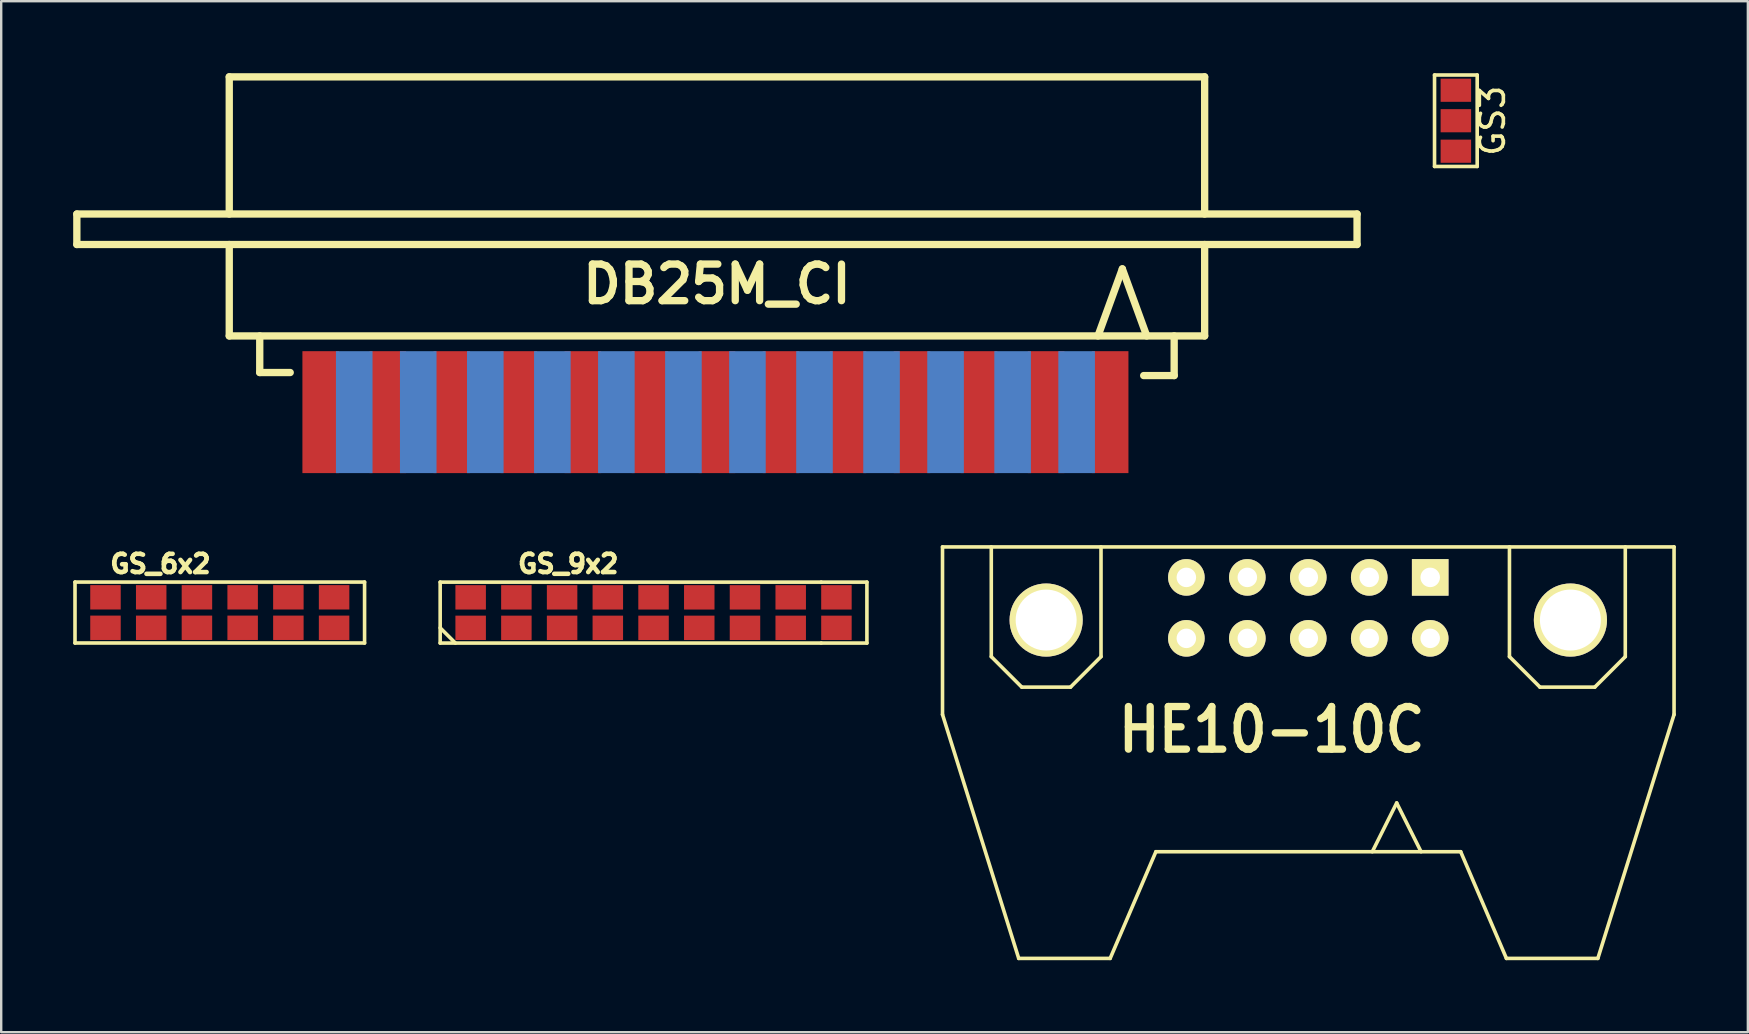
<source format=kicad_pcb>
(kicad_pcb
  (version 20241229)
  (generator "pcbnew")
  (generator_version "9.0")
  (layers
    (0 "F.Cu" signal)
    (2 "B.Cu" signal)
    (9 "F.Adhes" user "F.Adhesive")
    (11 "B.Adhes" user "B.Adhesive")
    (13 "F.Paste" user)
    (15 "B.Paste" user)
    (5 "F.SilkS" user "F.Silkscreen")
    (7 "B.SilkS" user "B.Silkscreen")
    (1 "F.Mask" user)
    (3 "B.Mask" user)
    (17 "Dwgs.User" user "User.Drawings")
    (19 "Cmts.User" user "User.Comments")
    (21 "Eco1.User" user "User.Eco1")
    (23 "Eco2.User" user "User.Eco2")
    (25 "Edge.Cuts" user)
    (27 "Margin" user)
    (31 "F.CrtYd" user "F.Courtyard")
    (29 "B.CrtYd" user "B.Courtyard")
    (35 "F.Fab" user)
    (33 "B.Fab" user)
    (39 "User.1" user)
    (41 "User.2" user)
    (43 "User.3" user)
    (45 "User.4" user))
  (footprint "HE10-10C"
    (layer "F.Cu")
    (at 51.46 22.277)
    (property "Reference" "HE10-10C" (at -1.524 5.08 180) (layer "F.SilkS") (effects (font (size 1.775 1.587) (thickness 0.305))))
    (attr through_hole)
    (fp_line (start -15.24 -2.54) (end -15.24 4.445) (stroke (width 0.15) (type solid)) (layer "F.SilkS"))
    (fp_line (start -15.24 4.445) (end -12.065 14.605) (stroke (width 0.15) (type solid)) (layer "F.SilkS"))
    (fp_line (start -13.208 2.032) (end -13.208 -2.54) (stroke (width 0.15) (type solid)) (layer "F.SilkS"))
    (fp_line (start -12.065 14.605) (end -8.255 14.605) (stroke (width 0.15) (type solid)) (layer "F.SilkS"))
    (fp_line (start -11.938 3.302) (end -13.208 2.032) (stroke (width 0.15) (type solid)) (layer "F.SilkS"))
    (fp_line (start -9.906 3.302) (end -11.938 3.302) (stroke (width 0.15) (type solid)) (layer "F.SilkS"))
    (fp_line (start -8.636 -2.54) (end -8.636 2.032) (stroke (width 0.15) (type solid)) (layer "F.SilkS"))
    (fp_line (start -8.636 2.032) (end -9.906 3.302) (stroke (width 0.15) (type solid)) (layer "F.SilkS"))
    (fp_line (start -8.255 14.605) (end -6.35 10.16) (stroke (width 0.15) (type solid)) (layer "F.SilkS"))
    (fp_line (start -6.35 10.16) (end 6.35 10.16) (stroke (width 0.15) (type solid)) (layer "F.SilkS"))
    (fp_line (start 3.683 8.128) (end 2.667 10.16) (stroke (width 0.15) (type solid)) (layer "F.SilkS"))
    (fp_line (start 4.699 10.16) (end 3.683 8.128) (stroke (width 0.15) (type solid)) (layer "F.SilkS"))
    (fp_line (start 8.255 14.605) (end 6.35 10.16) (stroke (width 0.15) (type solid)) (layer "F.SilkS"))
    (fp_line (start 8.382 2.032) (end 8.382 -2.54) (stroke (width 0.15) (type solid)) (layer "F.SilkS"))
    (fp_line (start 9.652 3.302) (end 8.382 2.032) (stroke (width 0.15) (type solid)) (layer "F.SilkS"))
    (fp_line (start 11.938 3.302) (end 9.652 3.302) (stroke (width 0.15) (type solid)) (layer "F.SilkS"))
    (fp_line (start 12.065 14.605) (end 8.255 14.605) (stroke (width 0.15) (type solid)) (layer "F.SilkS"))
    (fp_line (start 13.208 -2.54) (end 13.208 2.032) (stroke (width 0.15) (type solid)) (layer "F.SilkS"))
    (fp_line (start 13.208 2.032) (end 11.938 3.302) (stroke (width 0.15) (type solid)) (layer "F.SilkS"))
    (fp_line (start 15.24 -2.54) (end -15.24 -2.54) (stroke (width 0.15) (type solid)) (layer "F.SilkS"))
    (fp_line (start 15.24 -2.54) (end 15.24 4.445) (stroke (width 0.15) (type solid)) (layer "F.SilkS"))
    (fp_line (start 15.24 4.445) (end 12.065 14.605) (stroke (width 0.15) (type solid)) (layer "F.SilkS"))
    (pad "0" thru_hole circle (at -10.922 0.508) (size 3.048 3.048) (drill 2.54) (layers "*.Cu" "*.Mask" "F.SilkS"))
    (pad "0" thru_hole circle (at 10.922 0.508) (size 3.048 3.048) (drill 2.54) (layers "*.Cu" "*.Mask" "F.SilkS"))
    (pad "1" thru_hole rect (at 5.08 -1.27) (size 1.524 1.524) (drill 0.813) (layers "*.Cu" "*.Mask" "F.SilkS"))
    (pad "2" thru_hole circle (at 5.08 1.27) (size 1.524 1.524) (drill 0.813) (layers "*.Cu" "*.Mask" "F.SilkS"))
    (pad "3" thru_hole circle (at 2.54 -1.27) (size 1.524 1.524) (drill 0.813) (layers "*.Cu" "*.Mask" "F.SilkS"))
    (pad "4" thru_hole circle (at 2.54 1.27) (size 1.524 1.524) (drill 0.813) (layers "*.Cu" "*.Mask" "F.SilkS"))
    (pad "5" thru_hole circle (at 0 -1.27) (size 1.524 1.524) (drill 0.813) (layers "*.Cu" "*.Mask" "F.SilkS"))
    (pad "6" thru_hole circle (at 0 1.27) (size 1.524 1.524) (drill 0.813) (layers "*.Cu" "*.Mask" "F.SilkS"))
    (pad "7" thru_hole circle (at -2.54 -1.27) (size 1.524 1.524) (drill 0.813) (layers "*.Cu" "*.Mask" "F.SilkS"))
    (pad "8" thru_hole circle (at -2.54 1.27) (size 1.524 1.524) (drill 0.813) (layers "*.Cu" "*.Mask" "F.SilkS"))
    (pad "9" thru_hole circle (at -5.08 -1.27) (size 1.524 1.524) (drill 0.813) (layers "*.Cu" "*.Mask" "F.SilkS"))
    (pad "10" thru_hole circle (at -5.08 1.27) (size 1.524 1.524) (drill 0.813) (layers "*.Cu" "*.Mask" "F.SilkS")))
  (footprint "GS_6x2"
    (layer "F.Cu")
    (at 5.79 22.472)
    (property "Reference" "GS_6x2" (at -2.156 -2.029 0) (layer "F.SilkS") (effects (font (size 0.762 0.762) (thickness 0.203))))
    (attr through_hole)
    (fp_line (start -5.715 -1.27) (end 6.35 -1.27) (stroke (width 0.15) (type solid)) (layer "F.SilkS"))
    (fp_line (start -5.715 1.27) (end -5.715 -1.27) (stroke (width 0.15) (type solid)) (layer "F.SilkS"))
    (fp_line (start 6.35 -1.27) (end 6.35 1.27) (stroke (width 0.15) (type solid)) (layer "F.SilkS"))
    (fp_line (start 6.35 1.27) (end -5.715 1.27) (stroke (width 0.15) (type solid)) (layer "F.SilkS"))
    (pad "1" smd rect (at -4.445 0.635) (size 1.27 1.016) (layers "F.Cu" "F.Mask" "F.Paste"))
    (pad "2" smd rect (at -4.445 -0.635) (size 1.27 1.016) (layers "F.Cu" "F.Mask" "F.Paste"))
    (pad "3" smd rect (at -2.54 0.635) (size 1.27 1.016) (layers "F.Cu" "F.Mask" "F.Paste"))
    (pad "4" smd rect (at -2.54 -0.635) (size 1.27 1.016) (layers "F.Cu" "F.Mask" "F.Paste"))
    (pad "5" smd rect (at -0.635 0.635) (size 1.27 1.016) (layers "F.Cu" "F.Mask" "F.Paste"))
    (pad "6" smd rect (at -0.635 -0.635) (size 1.27 1.016) (layers "F.Cu" "F.Mask" "F.Paste"))
    (pad "7" smd rect (at 1.27 0.635) (size 1.27 1.016) (layers "F.Cu" "F.Mask" "F.Paste"))
    (pad "8" smd rect (at 1.27 -0.635) (size 1.27 1.016) (layers "F.Cu" "F.Mask" "F.Paste"))
    (pad "9" smd rect (at 3.175 0.635) (size 1.27 1.016) (layers "F.Cu" "F.Mask" "F.Paste"))
    (pad "10" smd rect (at 3.175 -0.635) (size 1.27 1.016) (layers "F.Cu" "F.Mask" "F.Paste"))
    (pad "11" smd rect (at 5.08 0.635) (size 1.27 1.016) (layers "F.Cu" "F.Mask" "F.Paste"))
    (pad "12" smd rect (at 5.08 -0.635) (size 1.27 1.016) (layers "F.Cu" "F.Mask" "F.Paste")))
  (footprint "GS3"
    (layer "F.Cu")
    (at 57.609 1.98)
    (property "Reference" "GS3" (at 1.524 0 90) (layer "F.SilkS") (effects (font (size 1 1) (thickness 0.15))))
    (attr exclude_from_pos_files exclude_from_bom)
    (fp_line (start -0.889 -1.905) (end -0.889 1.905) (stroke (width 0.15) (type solid)) (layer "F.SilkS"))
    (fp_line (start -0.889 -1.905) (end 0.889 -1.905) (stroke (width 0.15) (type solid)) (layer "F.SilkS"))
    (fp_line (start -0.889 1.905) (end 0.889 1.905) (stroke (width 0.15) (type solid)) (layer "F.SilkS"))
    (fp_line (start 0.889 1.905) (end 0.889 -1.905) (stroke (width 0.15) (type solid)) (layer "F.SilkS"))
    (pad "1" smd rect (at 0 -1.27) (size 1.27 0.965) (layers "F.Cu" "F.Mask" "F.Paste"))
    (pad "2" smd rect (at 0 0) (size 1.27 0.965) (layers "F.Cu" "F.Mask" "F.Paste"))
    (pad "3" smd rect (at 0 1.27) (size 1.27 0.965) (layers "F.Cu" "F.Mask" "F.Paste")))
  (footprint "DB25M_CI"
    (layer "F.Cu")
    (at 26.822 11.455)
    (property "Reference" "DB25M_CI" (at 0 -2.667 180) (layer "F.SilkS") (effects (font (size 1.524 1.524) (thickness 0.305))))
    (attr through_hole)
    (fp_line (start -26.67 -5.588) (end -26.67 -4.318) (stroke (width 0.305) (type solid)) (layer "F.SilkS"))
    (fp_line (start -26.67 -4.318) (end 26.67 -4.318) (stroke (width 0.305) (type solid)) (layer "F.SilkS"))
    (fp_line (start -20.32 -11.303) (end 20.32 -11.303) (stroke (width 0.305) (type solid)) (layer "F.SilkS"))
    (fp_line (start -20.32 -5.588) (end -20.32 -11.303) (stroke (width 0.305) (type solid)) (layer "F.SilkS"))
    (fp_line (start -20.32 -0.508) (end -20.32 -4.318) (stroke (width 0.305) (type solid)) (layer "F.SilkS"))
    (fp_line (start -19.05 -0.508) (end -19.05 1.016) (stroke (width 0.305) (type solid)) (layer "F.SilkS"))
    (fp_line (start -19.05 1.016) (end -17.78 1.016) (stroke (width 0.305) (type solid)) (layer "F.SilkS"))
    (fp_line (start 15.875 -0.508) (end 16.891 -3.302) (stroke (width 0.305) (type solid)) (layer "F.SilkS"))
    (fp_line (start 16.891 -3.302) (end 17.907 -0.508) (stroke (width 0.305) (type solid)) (layer "F.SilkS"))
    (fp_line (start 19.05 -0.508) (end 19.05 1.143) (stroke (width 0.305) (type solid)) (layer "F.SilkS"))
    (fp_line (start 19.05 1.143) (end 17.78 1.143) (stroke (width 0.305) (type solid)) (layer "F.SilkS"))
    (fp_line (start 20.32 -11.303) (end 20.32 -5.588) (stroke (width 0.305) (type solid)) (layer "F.SilkS"))
    (fp_line (start 20.32 -4.318) (end 20.32 -0.508) (stroke (width 0.305) (type solid)) (layer "F.SilkS"))
    (fp_line (start 20.32 -0.508) (end -20.32 -0.508) (stroke (width 0.305) (type solid)) (layer "F.SilkS"))
    (fp_line (start 26.67 -5.588) (end -26.67 -5.588) (stroke (width 0.305) (type solid)) (layer "F.SilkS"))
    (fp_line (start 26.67 -5.588) (end 26.67 -4.318) (stroke (width 0.305) (type solid)) (layer "F.SilkS"))
    (pad "1" connect rect (at 16.383 2.667 90) (size 5.08 1.524) (layers "F.Cu" "F.Mask"))
    (pad "2" connect rect (at 13.716 2.667 90) (size 5.08 1.524) (layers "F.Cu" "F.Mask"))
    (pad "3" connect rect (at 10.922 2.667 90) (size 5.08 1.524) (layers "F.Cu" "F.Mask"))
    (pad "4" connect rect (at 8.128 2.667 90) (size 5.08 1.524) (layers "F.Cu" "F.Mask"))
    (pad "5" connect rect (at 5.461 2.667 90) (size 5.08 1.524) (layers "F.Cu" "F.Mask"))
    (pad "6" connect rect (at 2.667 2.667 90) (size 5.08 1.524) (layers "F.Cu" "F.Mask"))
    (pad "7" connect rect (at 0 2.667 90) (size 5.08 1.524) (layers "F.Cu" "F.Mask"))
    (pad "8" connect rect (at -2.794 2.667 90) (size 5.08 1.524) (layers "F.Cu" "F.Mask"))
    (pad "9" connect rect (at -5.588 2.667 90) (size 5.08 1.524) (layers "F.Cu" "F.Mask"))
    (pad "10" connect rect (at -8.255 2.667 90) (size 5.08 1.524) (layers "F.Cu" "F.Mask"))
    (pad "11" connect rect (at -11.049 2.667 90) (size 5.08 1.524) (layers "F.Cu" "F.Mask"))
    (pad "12" connect rect (at -13.716 2.667 90) (size 5.08 1.524) (layers "F.Cu" "F.Mask"))
    (pad "13" connect rect (at -16.51 2.667 90) (size 5.08 1.524) (layers "F.Cu" "F.Mask"))
    (pad "14" connect rect (at 14.986 2.667 90) (size 5.08 1.524) (layers "B.Cu" "B.Mask"))
    (pad "15" connect rect (at 12.319 2.667 90) (size 5.08 1.524) (layers "B.Cu" "B.Mask"))
    (pad "16" connect rect (at 9.525 2.667 90) (size 5.08 1.524) (layers "B.Cu" "B.Mask"))
    (pad "17" connect rect (at 6.858 2.667 90) (size 5.08 1.524) (layers "B.Cu" "B.Mask"))
    (pad "18" connect rect (at 4.064 2.667 90) (size 5.08 1.524) (layers "B.Cu" "B.Mask"))
    (pad "19" connect rect (at 1.27 2.667 90) (size 5.08 1.524) (layers "B.Cu" "B.Mask"))
    (pad "20" connect rect (at -1.397 2.667 90) (size 5.08 1.524) (layers "B.Cu" "B.Mask"))
    (pad "21" connect rect (at -4.191 2.667 90) (size 5.08 1.524) (layers "B.Cu" "B.Mask"))
    (pad "22" connect rect (at -6.858 2.667 90) (size 5.08 1.524) (layers "B.Cu" "B.Mask"))
    (pad "23" connect rect (at -9.652 2.667 90) (size 5.08 1.524) (layers "B.Cu" "B.Mask"))
    (pad "24" connect rect (at -12.446 2.667 90) (size 5.08 1.524) (layers "B.Cu" "B.Mask"))
    (pad "25" connect rect (at -15.113 2.667 90) (size 5.08 1.524) (layers "B.Cu" "B.Mask")))
  (footprint "GS_9x2"
    (layer "F.Cu")
    (at 24.18 22.474)
    (property "Reference" "GS_9x2" (at -3.556 -2.032 0) (layer "F.SilkS") (effects (font (size 0.762 0.762) (thickness 0.203))))
    (attr through_hole)
    (fp_line (start -8.89 -1.27) (end 6.985 -1.27) (stroke (width 0.15) (type solid)) (layer "F.SilkS"))
    (fp_line (start -8.89 0.635) (end -8.255 1.27) (stroke (width 0.15) (type solid)) (layer "F.SilkS"))
    (fp_line (start -8.89 1.27) (end -8.89 -1.27) (stroke (width 0.15) (type solid)) (layer "F.SilkS"))
    (fp_line (start 6.985 -1.27) (end 8.89 -1.27) (stroke (width 0.15) (type solid)) (layer "F.SilkS"))
    (fp_line (start 6.985 1.27) (end -8.89 1.27) (stroke (width 0.15) (type solid)) (layer "F.SilkS"))
    (fp_line (start 8.89 -1.27) (end 8.89 1.27) (stroke (width 0.15) (type solid)) (layer "F.SilkS"))
    (fp_line (start 8.89 1.27) (end 6.985 1.27) (stroke (width 0.15) (type solid)) (layer "F.SilkS"))
    (pad "1" smd rect (at -7.62 0.635) (size 1.27 1.016) (layers "F.Cu" "F.Mask" "F.Paste"))
    (pad "2" smd rect (at -7.62 -0.635) (size 1.27 1.016) (layers "F.Cu" "F.Mask" "F.Paste"))
    (pad "3" smd rect (at -5.715 0.635) (size 1.27 1.016) (layers "F.Cu" "F.Mask" "F.Paste"))
    (pad "4" smd rect (at -5.715 -0.635) (size 1.27 1.016) (layers "F.Cu" "F.Mask" "F.Paste"))
    (pad "5" smd rect (at -3.81 0.635) (size 1.27 1.016) (layers "F.Cu" "F.Mask" "F.Paste"))
    (pad "6" smd rect (at -3.81 -0.635) (size 1.27 1.016) (layers "F.Cu" "F.Mask" "F.Paste"))
    (pad "7" smd rect (at -1.905 0.635) (size 1.27 1.016) (layers "F.Cu" "F.Mask" "F.Paste"))
    (pad "8" smd rect (at -1.905 -0.635) (size 1.27 1.016) (layers "F.Cu" "F.Mask" "F.Paste"))
    (pad "9" smd rect (at 0 0.635) (size 1.27 1.016) (layers "F.Cu" "F.Mask" "F.Paste"))
    (pad "10" smd rect (at 0 -0.635) (size 1.27 1.016) (layers "F.Cu" "F.Mask" "F.Paste"))
    (pad "11" smd rect (at 1.905 0.635) (size 1.27 1.016) (layers "F.Cu" "F.Mask" "F.Paste"))
    (pad "12" smd rect (at 1.905 -0.635) (size 1.27 1.016) (layers "F.Cu" "F.Mask" "F.Paste"))
    (pad "13" smd rect (at 3.81 0.635) (size 1.27 1.016) (layers "F.Cu" "F.Mask" "F.Paste"))
    (pad "14" smd rect (at 3.81 -0.635) (size 1.27 1.016) (layers "F.Cu" "F.Mask" "F.Paste"))
    (pad "15" smd rect (at 5.715 0.635) (size 1.27 1.016) (layers "F.Cu" "F.Mask" "F.Paste"))
    (pad "16" smd rect (at 5.715 -0.635) (size 1.27 1.016) (layers "F.Cu" "F.Mask" "F.Paste"))
    (pad "17" smd rect (at 7.62 0.635) (size 1.27 1.016) (layers "F.Cu" "F.Mask" "F.Paste"))
    (pad "18" smd rect (at 7.62 -0.635) (size 1.27 1.016) (layers "F.Cu" "F.Mask" "F.Paste")))
  (gr_rect
    (start -3 -3)
    (end 69.775 39.957)
    (stroke (width 0.1) (type default))
    (fill no)
    (layer "Edge.Cuts")))
</source>
